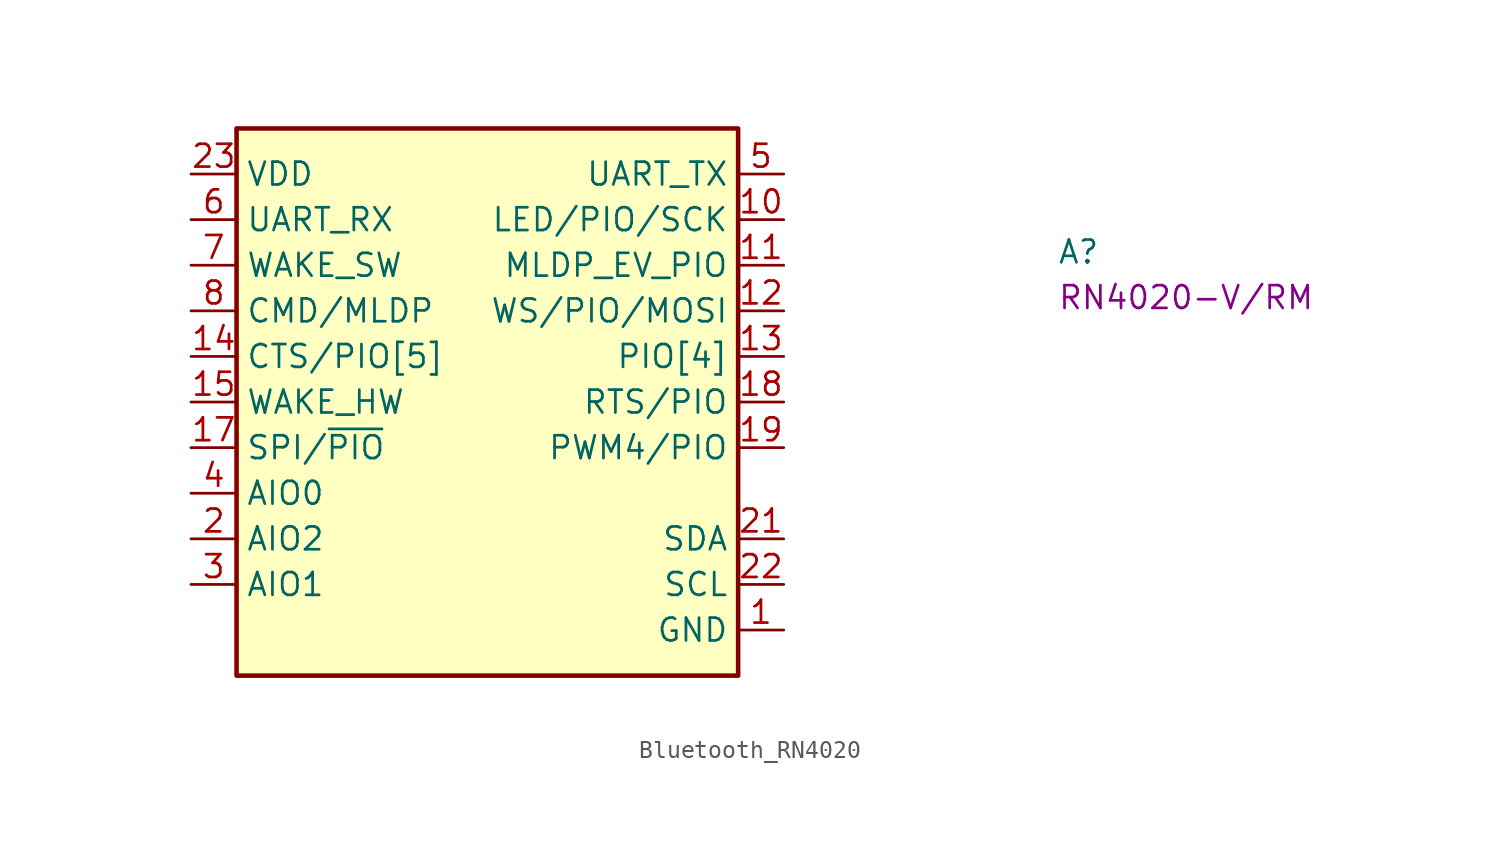
<source format=kicad_sym>
(kicad_symbol_lib
  (version 20220914)
  (generator kicad_symbol_editor)
  (symbol "Bluetooth_RN4020"
    (property "Reference" "A"
      (at 48.26 -5.08 0)
      (effects (font (size 1.27 1.27) (thickness 0.15)) (justify left bottom)))
    (property "MPN" "RN4020-V/RM"
      (at 48.26 -7.62 0)
      (effects (font (size 1.27 1.27) (thickness 0.15)) (justify left bottom)))
    (symbol "Bluetooth_RN4020_1_1"
      (rectangle (start 2.54 2.54) (end 30.48 -27.94) (stroke (width 0.254) (type default)) (fill (type background)))
      (pin power_in line (at 33.02 -25.4 180) (length 2.54) (name "GND" (effects (font (size 1.27 1.27)))) (number "1" (effects (font (size 1.27 1.27)))))
      (pin output line (at 33.02 -2.54 180) (length 2.54) (name "LED/PIO/SCK" (effects (font (size 1.27 1.27)))) (number "10" (effects (font (size 1.27 1.27)))))
      (pin output line (at 33.02 -5.08 180) (length 2.54) (name "MLDP_EV_PIO" (effects (font (size 1.27 1.27)))) (number "11" (effects (font (size 1.27 1.27)))))
      (pin output line (at 33.02 -7.62 180) (length 2.54) (name "WS/PIO/MOSI" (effects (font (size 1.27 1.27)))) (number "12" (effects (font (size 1.27 1.27)))))
      (pin bidirectional line (at 33.02 -10.16 180) (length 2.54) (name "PIO[4]" (effects (font (size 1.27 1.27)))) (number "13" (effects (font (size 1.27 1.27)))))
      (pin input line (at 0 -10.16 0) (length 2.54) (name "CTS/PIO[5]" (effects (font (size 1.27 1.27)))) (number "14" (effects (font (size 1.27 1.27)))))
      (pin input line (at 0 -12.7 0) (length 2.54) (name "WAKE_HW" (effects (font (size 1.27 1.27)))) (number "15" (effects (font (size 1.27 1.27)))))
      (pin input line (at 0 -15.24 0) (length 2.54) (name "SPI/~{PIO}" (effects (font (size 1.27 1.27)))) (number "17" (effects (font (size 1.27 1.27)))))
      (pin output line (at 33.02 -12.7 180) (length 2.54) (name "RTS/PIO" (effects (font (size 1.27 1.27)))) (number "18" (effects (font (size 1.27 1.27)))))
      (pin bidirectional line (at 33.02 -15.24 180) (length 2.54) (name "PWM4/PIO" (effects (font (size 1.27 1.27)))) (number "19" (effects (font (size 1.27 1.27)))))
      (pin bidirectional line (at 0 -20.32 0) (length 2.54) (name "AIO2" (effects (font (size 1.27 1.27)))) (number "2" (effects (font (size 1.27 1.27)))))
      (pin no_connect line (at 30.48 -17.78 180) (length 2.54) hide (name "RSVD" (effects (font (size 1.27 1.27)))) (number "20" (effects (font (size 1.27 1.27)))))
      (pin bidirectional line (at 33.02 -20.32 180) (length 2.54) (name "SDA" (effects (font (size 1.27 1.27)))) (number "21" (effects (font (size 1.27 1.27)))))
      (pin bidirectional line (at 33.02 -22.86 180) (length 2.54) (name "SCL" (effects (font (size 1.27 1.27)))) (number "22" (effects (font (size 1.27 1.27)))))
      (pin power_in line (at 0 0 0) (length 2.54) (name "VDD" (effects (font (size 1.27 1.27)))) (number "23" (effects (font (size 1.27 1.27)))))
      (pin passive line (at 33.02 -25.4 180) (length 2.54) hide (name "GND" (effects (font (size 1.27 1.27)))) (number "24" (effects (font (size 1.27 1.27)))))
      (pin bidirectional line (at 0 -22.86 0) (length 2.54) (name "AIO1" (effects (font (size 1.27 1.27)))) (number "3" (effects (font (size 1.27 1.27)))))
      (pin bidirectional line (at 0 -17.78 0) (length 2.54) (name "AIO0" (effects (font (size 1.27 1.27)))) (number "4" (effects (font (size 1.27 1.27)))))
      (pin output line (at 33.02 0 180) (length 2.54) (name "UART_TX" (effects (font (size 1.27 1.27)))) (number "5" (effects (font (size 1.27 1.27)))))
      (pin input line (at 0 -2.54 0) (length 2.54) (name "UART_RX" (effects (font (size 1.27 1.27)))) (number "6" (effects (font (size 1.27 1.27)))))
      (pin input line (at 0 -5.08 0) (length 2.54) (name "WAKE_SW" (effects (font (size 1.27 1.27)))) (number "7" (effects (font (size 1.27 1.27)))))
      (pin input line (at 0 -7.62 0) (length 2.54) (name "CMD/MLDP" (effects (font (size 1.27 1.27)))) (number "8" (effects (font (size 1.27 1.27))))))))
</source>
